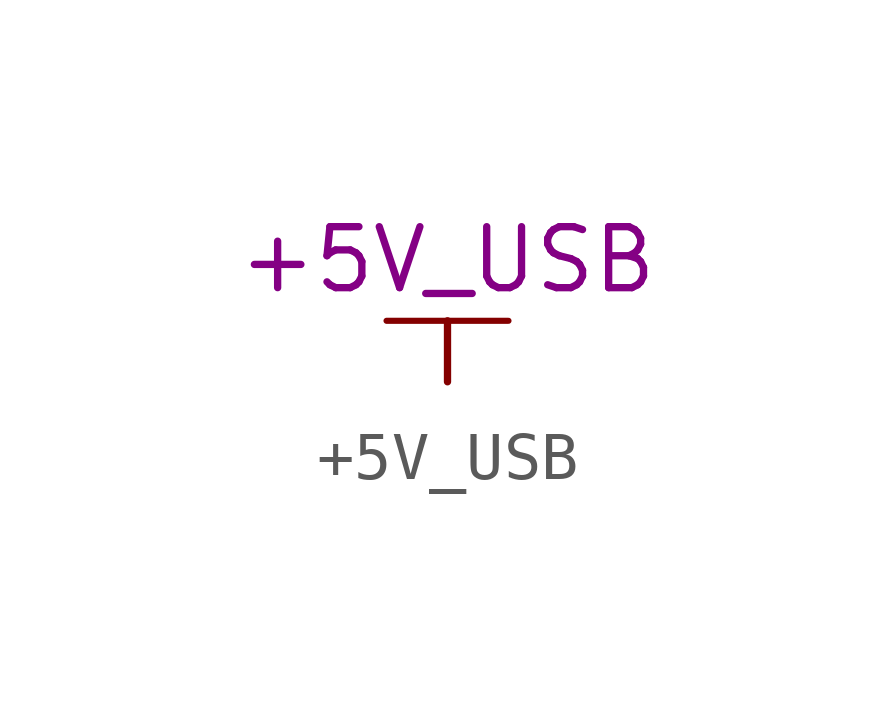
<source format=kicad_sym>
(kicad_symbol_lib
  (version 20211014)
  (generator kicad_symbol_editor)
  (symbol "+5V_USB"
    (power)
    (pin_numbers hide)
    (pin_names
      (offset 0) hide)
    (property "Reference" "#PWR"
      (at 5.08 1.27 0)
      (effects (font (size 1.27 1.27)) hide))
    (property "PartValue" "+5V_USB"
      (at 0 2.54 0)
      (effects (font (size 1.27 1.27))))
    (symbol "+5V_USB_0_1"
      (polyline (pts (xy -1.27 1.27) (xy 1.27 1.27)) (stroke (width 0.127) (type default) (color 0 0 0 0)) (fill (type none))))
    (symbol "+5V_USB_1_1"
      (pin power_in line (at 0 0 90) (length 1.27) (name "+5V_USB" (effects (font (size 1.27 1.27)))) (number "1" (effects (font (size 1.27 1.27))))))))
</source>
